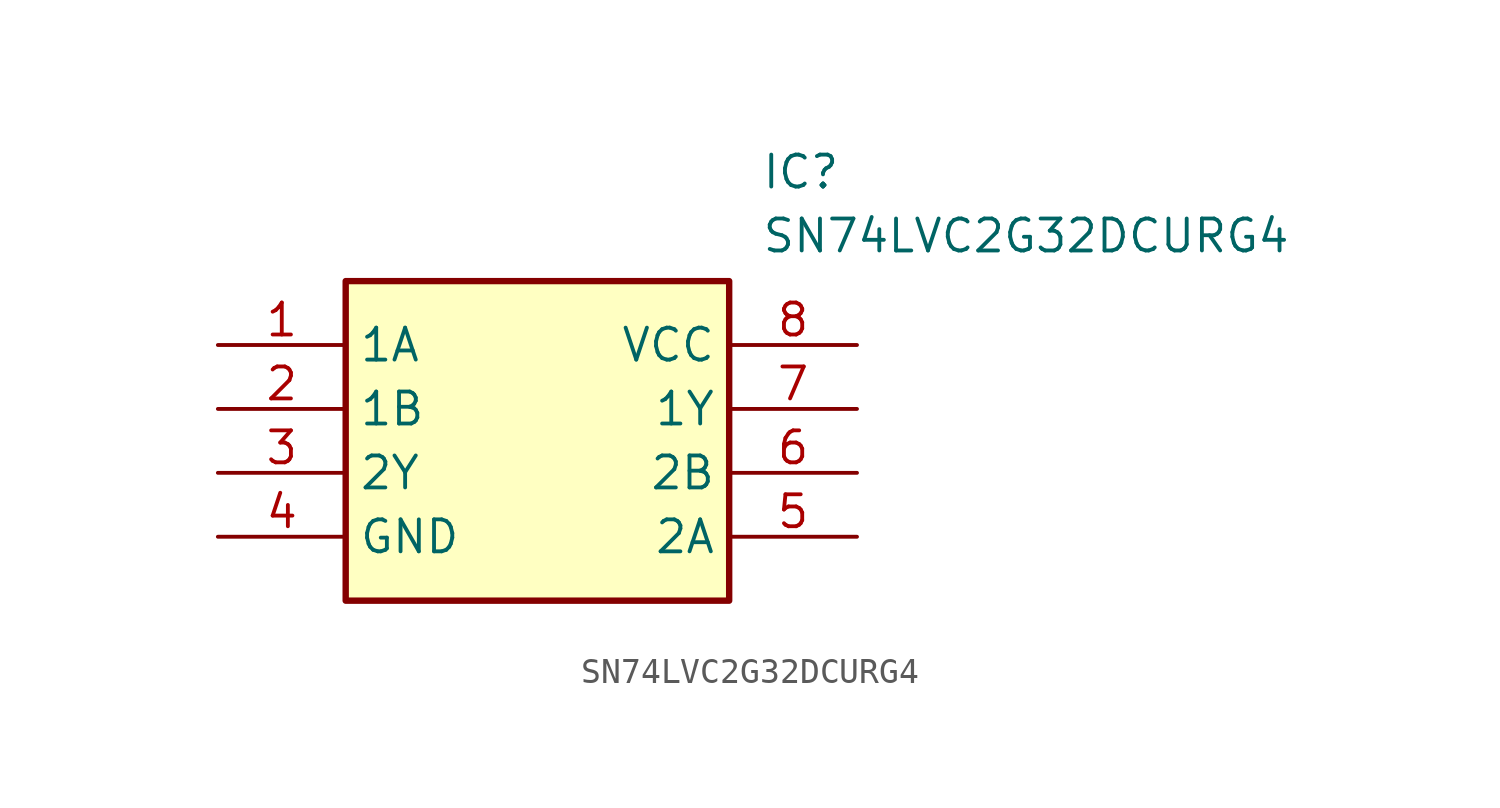
<source format=kicad_sym>
(kicad_symbol_lib
  (version 20211014)
  (generator SamacSys_ECAD_Model)
  (symbol "SN74LVC2G32DCURG4"
    (property "Reference" "IC"
      (at 21.59 7.62 0)
      (effects (font (size 1.27 1.27)) (justify left top)))
    (property "Value" "SN74LVC2G32DCURG4"
      (at 21.59 5.08 0)
      (effects (font (size 1.27 1.27)) (justify left top)))
    (rectangle
      (start 5.08 2.54)
      (end 20.32 -10.16)
      (stroke (width 0.254) (type default))
      (fill (type background)))
    (pin passive line
      (at 0 0 0)
      (length 5.08)
      (name "1A" (effects (font (size 1.27 1.27))))
      (number "1" (effects (font (size 1.27 1.27)))))
    (pin passive line
      (at 0 -2.54 0)
      (length 5.08)
      (name "1B" (effects (font (size 1.27 1.27))))
      (number "2" (effects (font (size 1.27 1.27)))))
    (pin passive line
      (at 0 -5.08 0)
      (length 5.08)
      (name "2Y" (effects (font (size 1.27 1.27))))
      (number "3" (effects (font (size 1.27 1.27)))))
    (pin passive line
      (at 0 -7.62 0)
      (length 5.08)
      (name "GND" (effects (font (size 1.27 1.27))))
      (number "4" (effects (font (size 1.27 1.27)))))
    (pin passive line
      (at 25.4 0 180)
      (length 5.08)
      (name "VCC" (effects (font (size 1.27 1.27))))
      (number "8" (effects (font (size 1.27 1.27)))))
    (pin passive line
      (at 25.4 -2.54 180)
      (length 5.08)
      (name "1Y" (effects (font (size 1.27 1.27))))
      (number "7" (effects (font (size 1.27 1.27)))))
    (pin passive line
      (at 25.4 -5.08 180)
      (length 5.08)
      (name "2B" (effects (font (size 1.27 1.27))))
      (number "6" (effects (font (size 1.27 1.27)))))
    (pin passive line
      (at 25.4 -7.62 180)
      (length 5.08)
      (name "2A" (effects (font (size 1.27 1.27))))
      (number "5" (effects (font (size 1.27 1.27)))))))
</source>
